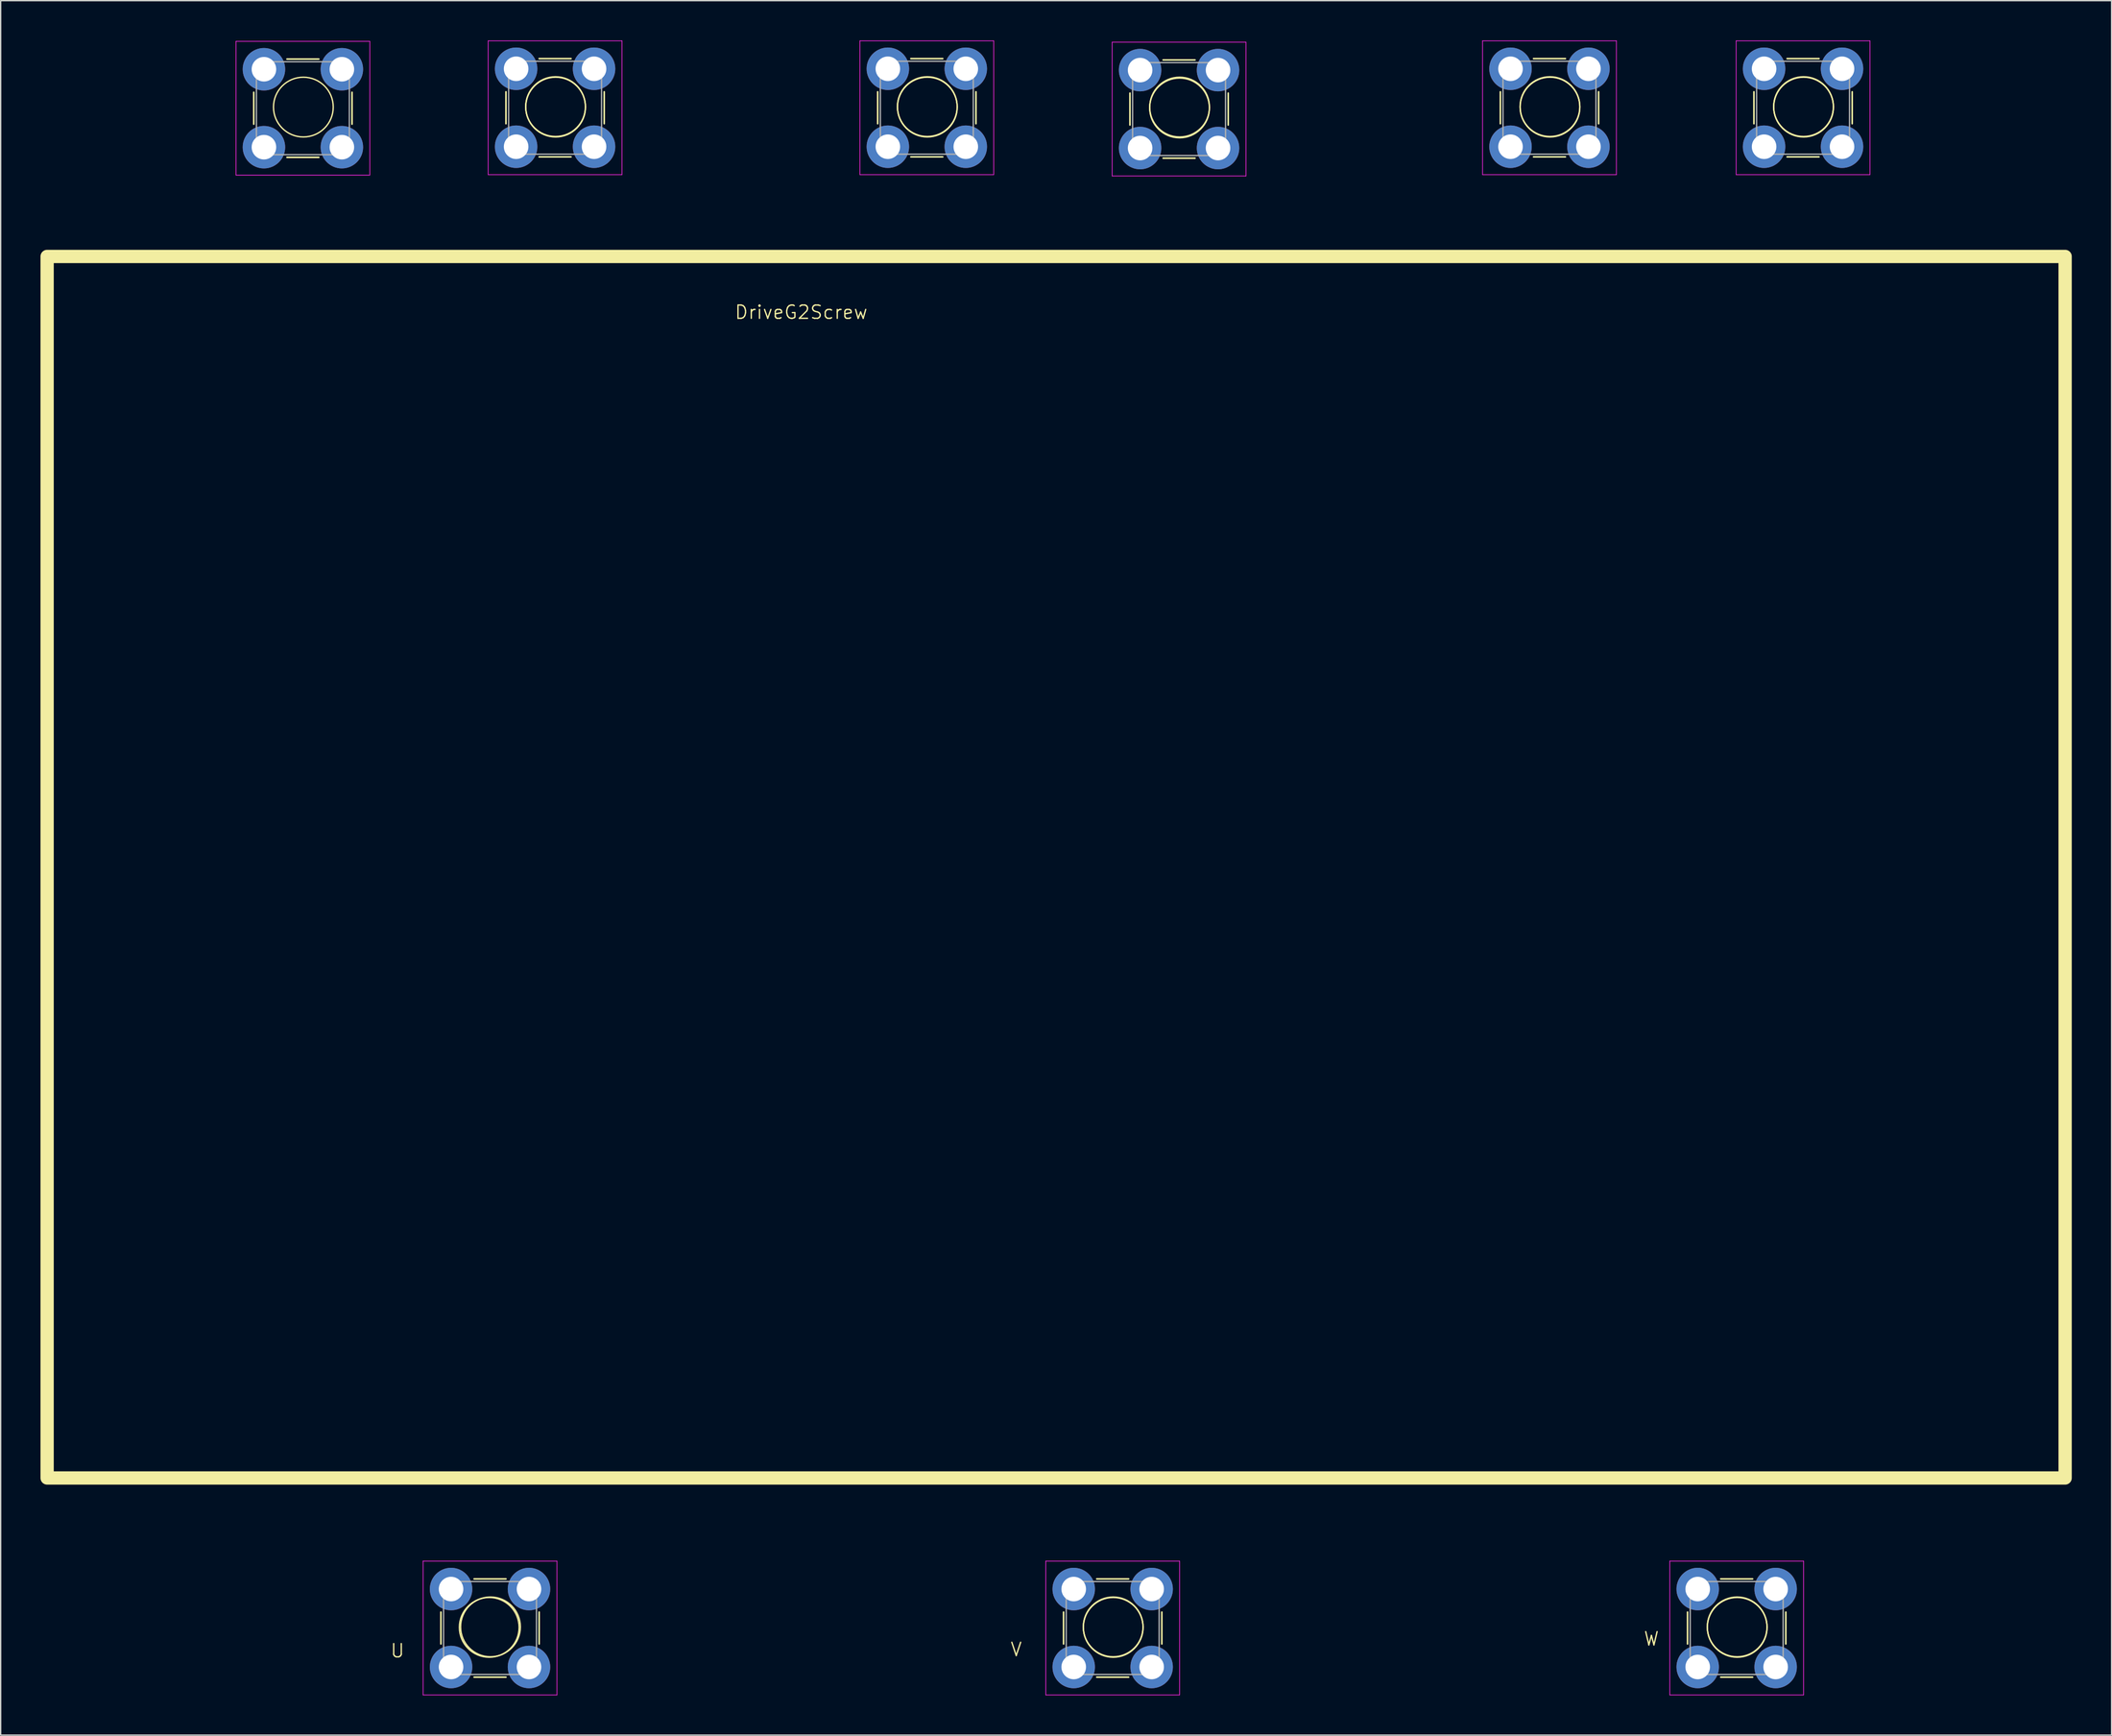
<source format=kicad_pcb>
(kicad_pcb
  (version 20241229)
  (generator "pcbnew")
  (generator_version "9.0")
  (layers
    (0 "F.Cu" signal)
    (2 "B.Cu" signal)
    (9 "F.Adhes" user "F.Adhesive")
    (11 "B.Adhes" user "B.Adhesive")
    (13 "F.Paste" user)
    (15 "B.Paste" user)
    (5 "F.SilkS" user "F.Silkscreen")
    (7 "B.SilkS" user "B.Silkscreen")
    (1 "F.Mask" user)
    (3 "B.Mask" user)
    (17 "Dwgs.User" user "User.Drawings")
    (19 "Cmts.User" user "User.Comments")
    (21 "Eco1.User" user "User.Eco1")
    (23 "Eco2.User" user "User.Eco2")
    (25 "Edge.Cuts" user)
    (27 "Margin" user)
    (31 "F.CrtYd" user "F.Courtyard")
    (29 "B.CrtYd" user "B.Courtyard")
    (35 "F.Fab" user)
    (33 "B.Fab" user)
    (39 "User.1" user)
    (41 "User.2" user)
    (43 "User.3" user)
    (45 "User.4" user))
  (footprint "DriveG2Screw"
    (layer "F.Cu")
    (at 60.2 21.265)
    (property "Reference" "DriveG2Screw" (at -2.9 -0.8 0) (unlocked yes) (layer "F.SilkS") (effects (font (size 1 1) (thickness 0.1))))
    (attr smd)
    (fp_line (start -44.135 -14.965) (end -44.135 -17.365) (stroke (width 0.12) (type solid)) (layer "F.SilkS"))
    (fp_line (start -41.635 -19.865) (end -39.235 -19.865) (stroke (width 0.12) (type solid)) (layer "F.SilkS"))
    (fp_line (start -39.235 -12.465) (end -41.635 -12.465) (stroke (width 0.12) (type solid)) (layer "F.SilkS"))
    (fp_line (start -36.735 -17.365) (end -36.735 -14.965) (stroke (width 0.12) (type solid)) (layer "F.SilkS"))
    (fp_line (start -30.04 99.5) (end -30.04 97.1) (stroke (width 0.12) (type solid)) (layer "F.SilkS"))
    (fp_line (start -27.54 94.6) (end -25.14 94.6) (stroke (width 0.12) (type solid)) (layer "F.SilkS"))
    (fp_line (start -25.14 -15) (end -25.14 -17.4) (stroke (width 0.12) (type solid)) (layer "F.SilkS"))
    (fp_line (start -25.14 102) (end -27.54 102) (stroke (width 0.12) (type solid)) (layer "F.SilkS"))
    (fp_line (start -22.64 -19.9) (end -20.24 -19.9) (stroke (width 0.12) (type solid)) (layer "F.SilkS"))
    (fp_line (start -22.64 97.1) (end -22.64 99.5) (stroke (width 0.12) (type solid)) (layer "F.SilkS"))
    (fp_line (start -20.24 -12.5) (end -22.64 -12.5) (stroke (width 0.12) (type solid)) (layer "F.SilkS"))
    (fp_line (start -17.74 -17.4) (end -17.74 -15) (stroke (width 0.12) (type solid)) (layer "F.SilkS"))
    (fp_line (start 2.86 -15) (end 2.86 -17.4) (stroke (width 0.12) (type solid)) (layer "F.SilkS"))
    (fp_line (start 5.36 -19.9) (end 7.76 -19.9) (stroke (width 0.12) (type solid)) (layer "F.SilkS"))
    (fp_line (start 7.76 -12.5) (end 5.36 -12.5) (stroke (width 0.12) (type solid)) (layer "F.SilkS"))
    (fp_line (start 10.26 -17.4) (end 10.26 -15) (stroke (width 0.12) (type solid)) (layer "F.SilkS"))
    (fp_line (start 16.86 99.5) (end 16.86 97.1) (stroke (width 0.12) (type solid)) (layer "F.SilkS"))
    (fp_line (start 19.36 94.6) (end 21.76 94.6) (stroke (width 0.12) (type solid)) (layer "F.SilkS"))
    (fp_line (start 21.76 102) (end 19.36 102) (stroke (width 0.12) (type solid)) (layer "F.SilkS"))
    (fp_line (start 21.86 -14.9) (end 21.86 -17.3) (stroke (width 0.12) (type solid)) (layer "F.SilkS"))
    (fp_line (start 24.26 97.1) (end 24.26 99.5) (stroke (width 0.12) (type solid)) (layer "F.SilkS"))
    (fp_line (start 24.36 -19.8) (end 26.76 -19.8) (stroke (width 0.12) (type solid)) (layer "F.SilkS"))
    (fp_line (start 26.76 -12.4) (end 24.36 -12.4) (stroke (width 0.12) (type solid)) (layer "F.SilkS"))
    (fp_line (start 29.26 -17.3) (end 29.26 -14.9) (stroke (width 0.12) (type solid)) (layer "F.SilkS"))
    (fp_line (start 49.76 -15) (end 49.76 -17.4) (stroke (width 0.12) (type solid)) (layer "F.SilkS"))
    (fp_line (start 52.26 -19.9) (end 54.66 -19.9) (stroke (width 0.12) (type solid)) (layer "F.SilkS"))
    (fp_line (start 54.66 -12.5) (end 52.26 -12.5) (stroke (width 0.12) (type solid)) (layer "F.SilkS"))
    (fp_line (start 57.16 -17.4) (end 57.16 -15) (stroke (width 0.12) (type solid)) (layer "F.SilkS"))
    (fp_line (start 63.86 99.5) (end 63.86 97.1) (stroke (width 0.12) (type solid)) (layer "F.SilkS"))
    (fp_line (start 66.36 94.6) (end 68.76 94.6) (stroke (width 0.12) (type solid)) (layer "F.SilkS"))
    (fp_line (start 68.76 102) (end 66.36 102) (stroke (width 0.12) (type solid)) (layer "F.SilkS"))
    (fp_line (start 68.86 -15) (end 68.86 -17.4) (stroke (width 0.12) (type solid)) (layer "F.SilkS"))
    (fp_line (start 71.26 97.1) (end 71.26 99.5) (stroke (width 0.12) (type solid)) (layer "F.SilkS"))
    (fp_line (start 71.36 -19.9) (end 73.76 -19.9) (stroke (width 0.12) (type solid)) (layer "F.SilkS"))
    (fp_line (start 73.76 -12.5) (end 71.36 -12.5) (stroke (width 0.12) (type solid)) (layer "F.SilkS"))
    (fp_line (start 76.26 -17.4) (end 76.26 -15) (stroke (width 0.12) (type solid)) (layer "F.SilkS"))
    (fp_rect (start -59.7 -5) (end 92.3 87) (stroke (width 1) (type solid)) (fill no) (layer "F.SilkS"))
    (fp_circle (center -40.4 -16.25) (end -38.15 -16.25) (stroke (width 0.1) (type solid)) (fill no) (layer "F.SilkS"))
    (fp_circle (center -26.4 98.25) (end -24.15 98.25) (stroke (width 0.1) (type solid)) (fill no) (layer "F.SilkS"))
    (fp_circle (center -26.305 98.215) (end -24.055 98.215) (stroke (width 0.1) (type solid)) (fill no) (layer "F.SilkS"))
    (fp_circle (center -21.405 -16.285) (end -19.155 -16.285) (stroke (width 0.1) (type solid)) (fill no) (layer "F.SilkS"))
    (fp_circle (center -21.4 -16.25) (end -19.15 -16.25) (stroke (width 0.1) (type solid)) (fill no) (layer "F.SilkS"))
    (fp_circle (center 6.595 -16.285) (end 8.845 -16.285) (stroke (width 0.1) (type solid)) (fill no) (layer "F.SilkS"))
    (fp_circle (center 6.6 -16.25) (end 8.85 -16.25) (stroke (width 0.1) (type solid)) (fill no) (layer "F.SilkS"))
    (fp_circle (center 20.595 98.215) (end 22.845 98.215) (stroke (width 0.1) (type solid)) (fill no) (layer "F.SilkS"))
    (fp_circle (center 20.6 98.25) (end 22.85 98.25) (stroke (width 0.1) (type solid)) (fill no) (layer "F.SilkS"))
    (fp_circle (center 25.595 -16.185) (end 27.845 -16.185) (stroke (width 0.1) (type solid)) (fill no) (layer "F.SilkS"))
    (fp_circle (center 25.6 -16.25) (end 27.85 -16.25) (stroke (width 0.1) (type solid)) (fill no) (layer "F.SilkS"))
    (fp_circle (center 53.495 -16.285) (end 55.745 -16.285) (stroke (width 0.1) (type solid)) (fill no) (layer "F.SilkS"))
    (fp_circle (center 53.5 -16.25) (end 55.75 -16.25) (stroke (width 0.1) (type solid)) (fill no) (layer "F.SilkS"))
    (fp_circle (center 67.595 98.215) (end 69.845 98.215) (stroke (width 0.1) (type solid)) (fill no) (layer "F.SilkS"))
    (fp_circle (center 67.6 98.25) (end 69.85 98.25) (stroke (width 0.1) (type solid)) (fill no) (layer "F.SilkS"))
    (fp_circle (center 72.595 -16.285) (end 74.845 -16.285) (stroke (width 0.1) (type solid)) (fill no) (layer "F.SilkS"))
    (fp_circle (center 72.6 -16.25) (end 74.85 -16.25) (stroke (width 0.1) (type solid)) (fill no) (layer "F.SilkS"))
    (fp_line (start -45.475 -21.205) (end -35.395 -21.205) (stroke (width 0.05) (type solid)) (layer "F.CrtYd"))
    (fp_line (start -45.475 -11.125) (end -45.475 -21.205) (stroke (width 0.05) (type solid)) (layer "F.CrtYd"))
    (fp_line (start -35.395 -21.205) (end -35.395 -11.125) (stroke (width 0.05) (type solid)) (layer "F.CrtYd"))
    (fp_line (start -35.395 -11.125) (end -45.475 -11.125) (stroke (width 0.05) (type solid)) (layer "F.CrtYd"))
    (fp_line (start -31.38 93.26) (end -21.3 93.26) (stroke (width 0.05) (type solid)) (layer "F.CrtYd"))
    (fp_line (start -31.38 103.34) (end -31.38 93.26) (stroke (width 0.05) (type solid)) (layer "F.CrtYd"))
    (fp_line (start -26.48 -21.24) (end -16.4 -21.24) (stroke (width 0.05) (type solid)) (layer "F.CrtYd"))
    (fp_line (start -26.48 -11.16) (end -26.48 -21.24) (stroke (width 0.05) (type solid)) (layer "F.CrtYd"))
    (fp_line (start -21.3 93.26) (end -21.3 103.34) (stroke (width 0.05) (type solid)) (layer "F.CrtYd"))
    (fp_line (start -21.3 103.34) (end -31.38 103.34) (stroke (width 0.05) (type solid)) (layer "F.CrtYd"))
    (fp_line (start -16.4 -21.24) (end -16.4 -11.16) (stroke (width 0.05) (type solid)) (layer "F.CrtYd"))
    (fp_line (start -16.4 -11.16) (end -26.48 -11.16) (stroke (width 0.05) (type solid)) (layer "F.CrtYd"))
    (fp_line (start 1.52 -21.24) (end 11.6 -21.24) (stroke (width 0.05) (type solid)) (layer "F.CrtYd"))
    (fp_line (start 1.52 -11.16) (end 1.52 -21.24) (stroke (width 0.05) (type solid)) (layer "F.CrtYd"))
    (fp_line (start 11.6 -21.24) (end 11.6 -11.16) (stroke (width 0.05) (type solid)) (layer "F.CrtYd"))
    (fp_line (start 11.6 -11.16) (end 1.52 -11.16) (stroke (width 0.05) (type solid)) (layer "F.CrtYd"))
    (fp_line (start 15.52 93.26) (end 25.6 93.26) (stroke (width 0.05) (type solid)) (layer "F.CrtYd"))
    (fp_line (start 15.52 103.34) (end 15.52 93.26) (stroke (width 0.05) (type solid)) (layer "F.CrtYd"))
    (fp_line (start 20.52 -21.14) (end 30.6 -21.14) (stroke (width 0.05) (type solid)) (layer "F.CrtYd"))
    (fp_line (start 20.52 -11.06) (end 20.52 -21.14) (stroke (width 0.05) (type solid)) (layer "F.CrtYd"))
    (fp_line (start 25.6 93.26) (end 25.6 103.34) (stroke (width 0.05) (type solid)) (layer "F.CrtYd"))
    (fp_line (start 25.6 103.34) (end 15.52 103.34) (stroke (width 0.05) (type solid)) (layer "F.CrtYd"))
    (fp_line (start 30.6 -21.14) (end 30.6 -11.06) (stroke (width 0.05) (type solid)) (layer "F.CrtYd"))
    (fp_line (start 30.6 -11.06) (end 20.52 -11.06) (stroke (width 0.05) (type solid)) (layer "F.CrtYd"))
    (fp_line (start 48.42 -21.24) (end 58.5 -21.24) (stroke (width 0.05) (type solid)) (layer "F.CrtYd"))
    (fp_line (start 48.42 -11.16) (end 48.42 -21.24) (stroke (width 0.05) (type solid)) (layer "F.CrtYd"))
    (fp_line (start 58.5 -21.24) (end 58.5 -11.16) (stroke (width 0.05) (type solid)) (layer "F.CrtYd"))
    (fp_line (start 58.5 -11.16) (end 48.42 -11.16) (stroke (width 0.05) (type solid)) (layer "F.CrtYd"))
    (fp_line (start 62.52 93.26) (end 72.6 93.26) (stroke (width 0.05) (type solid)) (layer "F.CrtYd"))
    (fp_line (start 62.52 103.34) (end 62.52 93.26) (stroke (width 0.05) (type solid)) (layer "F.CrtYd"))
    (fp_line (start 67.52 -21.24) (end 77.6 -21.24) (stroke (width 0.05) (type solid)) (layer "F.CrtYd"))
    (fp_line (start 67.52 -11.16) (end 67.52 -21.24) (stroke (width 0.05) (type solid)) (layer "F.CrtYd"))
    (fp_line (start 72.6 93.26) (end 72.6 103.34) (stroke (width 0.05) (type solid)) (layer "F.CrtYd"))
    (fp_line (start 72.6 103.34) (end 62.52 103.34) (stroke (width 0.05) (type solid)) (layer "F.CrtYd"))
    (fp_line (start 77.6 -21.24) (end 77.6 -11.16) (stroke (width 0.05) (type solid)) (layer "F.CrtYd"))
    (fp_line (start 77.6 -11.16) (end 67.52 -11.16) (stroke (width 0.05) (type solid)) (layer "F.CrtYd"))
    (fp_line (start -43.935 -19.665) (end -36.935 -19.665) (stroke (width 0.1) (type solid)) (layer "F.Fab"))
    (fp_line (start -43.935 -12.665) (end -43.935 -19.665) (stroke (width 0.1) (type solid)) (layer "F.Fab"))
    (fp_line (start -36.935 -19.665) (end -36.935 -12.665) (stroke (width 0.1) (type solid)) (layer "F.Fab"))
    (fp_line (start -36.935 -12.665) (end -43.935 -12.665) (stroke (width 0.1) (type solid)) (layer "F.Fab"))
    (fp_line (start -29.84 94.8) (end -22.84 94.8) (stroke (width 0.1) (type solid)) (layer "F.Fab"))
    (fp_line (start -29.84 101.8) (end -29.84 94.8) (stroke (width 0.1) (type solid)) (layer "F.Fab"))
    (fp_line (start -24.94 -19.7) (end -17.94 -19.7) (stroke (width 0.1) (type solid)) (layer "F.Fab"))
    (fp_line (start -24.94 -12.7) (end -24.94 -19.7) (stroke (width 0.1) (type solid)) (layer "F.Fab"))
    (fp_line (start -22.84 94.8) (end -22.84 101.8) (stroke (width 0.1) (type solid)) (layer "F.Fab"))
    (fp_line (start -22.84 101.8) (end -29.84 101.8) (stroke (width 0.1) (type solid)) (layer "F.Fab"))
    (fp_line (start -17.94 -19.7) (end -17.94 -12.7) (stroke (width 0.1) (type solid)) (layer "F.Fab"))
    (fp_line (start -17.94 -12.7) (end -24.94 -12.7) (stroke (width 0.1) (type solid)) (layer "F.Fab"))
    (fp_line (start 3.06 -19.7) (end 10.06 -19.7) (stroke (width 0.1) (type solid)) (layer "F.Fab"))
    (fp_line (start 3.06 -12.7) (end 3.06 -19.7) (stroke (width 0.1) (type solid)) (layer "F.Fab"))
    (fp_line (start 10.06 -19.7) (end 10.06 -12.7) (stroke (width 0.1) (type solid)) (layer "F.Fab"))
    (fp_line (start 10.06 -12.7) (end 3.06 -12.7) (stroke (width 0.1) (type solid)) (layer "F.Fab"))
    (fp_line (start 17.06 94.8) (end 24.06 94.8) (stroke (width 0.1) (type solid)) (layer "F.Fab"))
    (fp_line (start 17.06 101.8) (end 17.06 94.8) (stroke (width 0.1) (type solid)) (layer "F.Fab"))
    (fp_line (start 22.06 -19.6) (end 29.06 -19.6) (stroke (width 0.1) (type solid)) (layer "F.Fab"))
    (fp_line (start 22.06 -12.6) (end 22.06 -19.6) (stroke (width 0.1) (type solid)) (layer "F.Fab"))
    (fp_line (start 24.06 94.8) (end 24.06 101.8) (stroke (width 0.1) (type solid)) (layer "F.Fab"))
    (fp_line (start 24.06 101.8) (end 17.06 101.8) (stroke (width 0.1) (type solid)) (layer "F.Fab"))
    (fp_line (start 29.06 -19.6) (end 29.06 -12.6) (stroke (width 0.1) (type solid)) (layer "F.Fab"))
    (fp_line (start 29.06 -12.6) (end 22.06 -12.6) (stroke (width 0.1) (type solid)) (layer "F.Fab"))
    (fp_line (start 49.96 -19.7) (end 56.96 -19.7) (stroke (width 0.1) (type solid)) (layer "F.Fab"))
    (fp_line (start 49.96 -12.7) (end 49.96 -19.7) (stroke (width 0.1) (type solid)) (layer "F.Fab"))
    (fp_line (start 56.96 -19.7) (end 56.96 -12.7) (stroke (width 0.1) (type solid)) (layer "F.Fab"))
    (fp_line (start 56.96 -12.7) (end 49.96 -12.7) (stroke (width 0.1) (type solid)) (layer "F.Fab"))
    (fp_line (start 64.06 94.8) (end 71.06 94.8) (stroke (width 0.1) (type solid)) (layer "F.Fab"))
    (fp_line (start 64.06 101.8) (end 64.06 94.8) (stroke (width 0.1) (type solid)) (layer "F.Fab"))
    (fp_line (start 69.06 -19.7) (end 76.06 -19.7) (stroke (width 0.1) (type solid)) (layer "F.Fab"))
    (fp_line (start 69.06 -12.7) (end 69.06 -19.7) (stroke (width 0.1) (type solid)) (layer "F.Fab"))
    (fp_line (start 71.06 94.8) (end 71.06 101.8) (stroke (width 0.1) (type solid)) (layer "F.Fab"))
    (fp_line (start 71.06 101.8) (end 64.06 101.8) (stroke (width 0.1) (type solid)) (layer "F.Fab"))
    (fp_line (start 76.06 -19.7) (end 76.06 -12.7) (stroke (width 0.1) (type solid)) (layer "F.Fab"))
    (fp_line (start 76.06 -12.7) (end 69.06 -12.7) (stroke (width 0.1) (type solid)) (layer "F.Fab"))
    (fp_text user "V" (at 12.8 100.5 0) (unlocked yes) (layer "F.SilkS") (effects (font (size 1 1) (thickness 0.1)) (justify left bottom)))
    (fp_text user "W" (at 60.5 99.7 0) (unlocked yes) (layer "F.SilkS") (effects (font (size 1 1) (thickness 0.1)) (justify left bottom)))
    (fp_text user "U" (at -33.9 100.6 0) (unlocked yes) (layer "F.SilkS") (effects (font (size 1 1) (thickness 0.1)) (justify left bottom)))
    (pad "" smd circle (at -43.37 -19.1) (size 3.1 3.1) (layers "F.Paste"))
    (pad "" smd circle (at -43.37 -13.23) (size 3.1 3.1) (layers "F.Paste"))
    (pad "" smd circle (at -37.5 -19.1) (size 3.1 3.1) (layers "F.Paste"))
    (pad "" smd circle (at -37.5 -13.23) (size 3.1 3.1) (layers "F.Paste"))
    (pad "" smd circle (at -29.275 95.365) (size 3.1 3.1) (layers "F.Paste"))
    (pad "" smd circle (at -29.275 101.235) (size 3.1 3.1) (layers "F.Paste"))
    (pad "" smd circle (at -24.375 -19.135) (size 3.1 3.1) (layers "F.Paste"))
    (pad "" smd circle (at -24.375 -13.265) (size 3.1 3.1) (layers "F.Paste"))
    (pad "" smd circle (at -23.405 95.365) (size 3.1 3.1) (layers "F.Paste"))
    (pad "" smd circle (at -23.405 101.235) (size 3.1 3.1) (layers "F.Paste"))
    (pad "" smd circle (at -18.505 -19.135) (size 3.1 3.1) (layers "F.Paste"))
    (pad "" smd circle (at -18.505 -13.265) (size 3.1 3.1) (layers "F.Paste"))
    (pad "" smd circle (at 3.625 -19.135) (size 3.1 3.1) (layers "F.Paste"))
    (pad "" smd circle (at 3.625 -13.265) (size 3.1 3.1) (layers "F.Paste"))
    (pad "" smd circle (at 9.495 -19.135) (size 3.1 3.1) (layers "F.Paste"))
    (pad "" smd circle (at 9.495 -13.265) (size 3.1 3.1) (layers "F.Paste"))
    (pad "" smd circle (at 17.625 95.365) (size 3.1 3.1) (layers "F.Paste"))
    (pad "" smd circle (at 17.625 101.235) (size 3.1 3.1) (layers "F.Paste"))
    (pad "" smd circle (at 22.625 -19.035) (size 3.1 3.1) (layers "F.Paste"))
    (pad "" smd circle (at 22.625 -13.165) (size 3.1 3.1) (layers "F.Paste"))
    (pad "" smd circle (at 23.495 95.365) (size 3.1 3.1) (layers "F.Paste"))
    (pad "" smd circle (at 23.495 101.235) (size 3.1 3.1) (layers "F.Paste"))
    (pad "" smd circle (at 28.495 -19.035) (size 3.1 3.1) (layers "F.Paste"))
    (pad "" smd circle (at 28.495 -13.165) (size 3.1 3.1) (layers "F.Paste"))
    (pad "" smd circle (at 50.525 -19.135) (size 3.1 3.1) (layers "F.Paste"))
    (pad "" smd circle (at 50.525 -13.265) (size 3.1 3.1) (layers "F.Paste"))
    (pad "" smd circle (at 56.395 -19.135) (size 3.1 3.1) (layers "F.Paste"))
    (pad "" smd circle (at 56.395 -13.265) (size 3.1 3.1) (layers "F.Paste"))
    (pad "" smd circle (at 64.625 95.365) (size 3.1 3.1) (layers "F.Paste"))
    (pad "" smd circle (at 64.625 101.235) (size 3.1 3.1) (layers "F.Paste"))
    (pad "" smd circle (at 69.625 -19.135) (size 3.1 3.1) (layers "F.Paste"))
    (pad "" smd circle (at 69.625 -13.265) (size 3.1 3.1) (layers "F.Paste"))
    (pad "" smd circle (at 70.495 95.365) (size 3.1 3.1) (layers "F.Paste"))
    (pad "" smd circle (at 70.495 101.235) (size 3.1 3.1) (layers "F.Paste"))
    (pad "" smd circle (at 75.495 -19.135) (size 3.1 3.1) (layers "F.Paste"))
    (pad "" smd circle (at 75.495 -13.265) (size 3.1 3.1) (layers "F.Paste"))
    (pad "1" thru_hole circle (at -43.37 -19.1) (size 3.2 3.2) (drill 1.85) (layers "*.Cu" "*.Mask"))
    (pad "1" thru_hole circle (at -43.37 -13.23) (size 3.2 3.2) (drill 1.85) (layers "*.Cu" "*.Mask"))
    (pad "1" thru_hole circle (at -37.5 -19.1) (size 3.2 3.2) (drill 1.85) (layers "*.Cu" "*.Mask"))
    (pad "1" thru_hole circle (at -37.5 -13.23) (size 3.2 3.2) (drill 1.85) (layers "*.Cu" "*.Mask"))
    (pad "2" thru_hole circle (at -24.375 -19.135) (size 3.2 3.2) (drill 1.85) (layers "*.Cu" "*.Mask"))
    (pad "2" thru_hole circle (at -24.375 -13.265) (size 3.2 3.2) (drill 1.85) (layers "*.Cu" "*.Mask"))
    (pad "2" thru_hole circle (at -18.505 -19.135) (size 3.2 3.2) (drill 1.85) (layers "*.Cu" "*.Mask"))
    (pad "2" thru_hole circle (at -18.505 -13.265) (size 3.2 3.2) (drill 1.85) (layers "*.Cu" "*.Mask"))
    (pad "3" thru_hole circle (at 3.625 -19.135) (size 3.2 3.2) (drill 1.85) (layers "*.Cu" "*.Mask"))
    (pad "3" thru_hole circle (at 3.625 -13.265) (size 3.2 3.2) (drill 1.85) (layers "*.Cu" "*.Mask"))
    (pad "3" thru_hole circle (at 9.495 -19.135) (size 3.2 3.2) (drill 1.85) (layers "*.Cu" "*.Mask"))
    (pad "3" thru_hole circle (at 9.495 -13.265) (size 3.2 3.2) (drill 1.85) (layers "*.Cu" "*.Mask"))
    (pad "4" thru_hole circle (at 22.625 -19.035) (size 3.2 3.2) (drill 1.85) (layers "*.Cu" "*.Mask"))
    (pad "4" thru_hole circle (at 22.625 -13.165) (size 3.2 3.2) (drill 1.85) (layers "*.Cu" "*.Mask"))
    (pad "4" thru_hole circle (at 28.495 -19.035) (size 3.2 3.2) (drill 1.85) (layers "*.Cu" "*.Mask"))
    (pad "4" thru_hole circle (at 28.495 -13.165) (size 3.2 3.2) (drill 1.85) (layers "*.Cu" "*.Mask"))
    (pad "5" thru_hole circle (at 50.525 -19.135) (size 3.2 3.2) (drill 1.85) (layers "*.Cu" "*.Mask"))
    (pad "5" thru_hole circle (at 50.525 -13.265) (size 3.2 3.2) (drill 1.85) (layers "*.Cu" "*.Mask"))
    (pad "5" thru_hole circle (at 56.395 -19.135) (size 3.2 3.2) (drill 1.85) (layers "*.Cu" "*.Mask"))
    (pad "5" thru_hole circle (at 56.395 -13.265) (size 3.2 3.2) (drill 1.85) (layers "*.Cu" "*.Mask"))
    (pad "6" thru_hole circle (at 69.625 -19.135) (size 3.2 3.2) (drill 1.85) (layers "*.Cu" "*.Mask"))
    (pad "6" thru_hole circle (at 69.625 -13.265) (size 3.2 3.2) (drill 1.85) (layers "*.Cu" "*.Mask"))
    (pad "6" thru_hole circle (at 75.495 -19.135) (size 3.2 3.2) (drill 1.85) (layers "*.Cu" "*.Mask"))
    (pad "6" thru_hole circle (at 75.495 -13.265) (size 3.2 3.2) (drill 1.85) (layers "*.Cu" "*.Mask"))
    (pad "7" thru_hole circle (at -29.275 95.365) (size 3.2 3.2) (drill 1.85) (layers "*.Cu" "*.Mask"))
    (pad "7" thru_hole circle (at -29.275 101.235) (size 3.2 3.2) (drill 1.85) (layers "*.Cu" "*.Mask"))
    (pad "7" thru_hole circle (at -23.405 95.365) (size 3.2 3.2) (drill 1.85) (layers "*.Cu" "*.Mask"))
    (pad "7" thru_hole circle (at -23.405 101.235) (size 3.2 3.2) (drill 1.85) (layers "*.Cu" "*.Mask"))
    (pad "8" thru_hole circle (at 17.625 95.365) (size 3.2 3.2) (drill 1.85) (layers "*.Cu" "*.Mask"))
    (pad "8" thru_hole circle (at 17.625 101.235) (size 3.2 3.2) (drill 1.85) (layers "*.Cu" "*.Mask"))
    (pad "8" thru_hole circle (at 23.495 95.365) (size 3.2 3.2) (drill 1.85) (layers "*.Cu" "*.Mask"))
    (pad "8" thru_hole circle (at 23.495 101.235) (size 3.2 3.2) (drill 1.85) (layers "*.Cu" "*.Mask"))
    (pad "9" thru_hole circle (at 64.625 95.365) (size 3.2 3.2) (drill 1.85) (layers "*.Cu" "*.Mask"))
    (pad "9" thru_hole circle (at 64.625 101.235) (size 3.2 3.2) (drill 1.85) (layers "*.Cu" "*.Mask"))
    (pad "9" thru_hole circle (at 70.495 95.365) (size 3.2 3.2) (drill 1.85) (layers "*.Cu" "*.Mask"))
    (pad "9" thru_hole circle (at 70.495 101.235) (size 3.2 3.2) (drill 1.85) (layers "*.Cu" "*.Mask")))
  (gr_rect
    (start -3 -3)
    (end 156 127.63)
    (stroke (width 0.1) (type default))
    (fill no)
    (layer "Edge.Cuts")))
</source>
